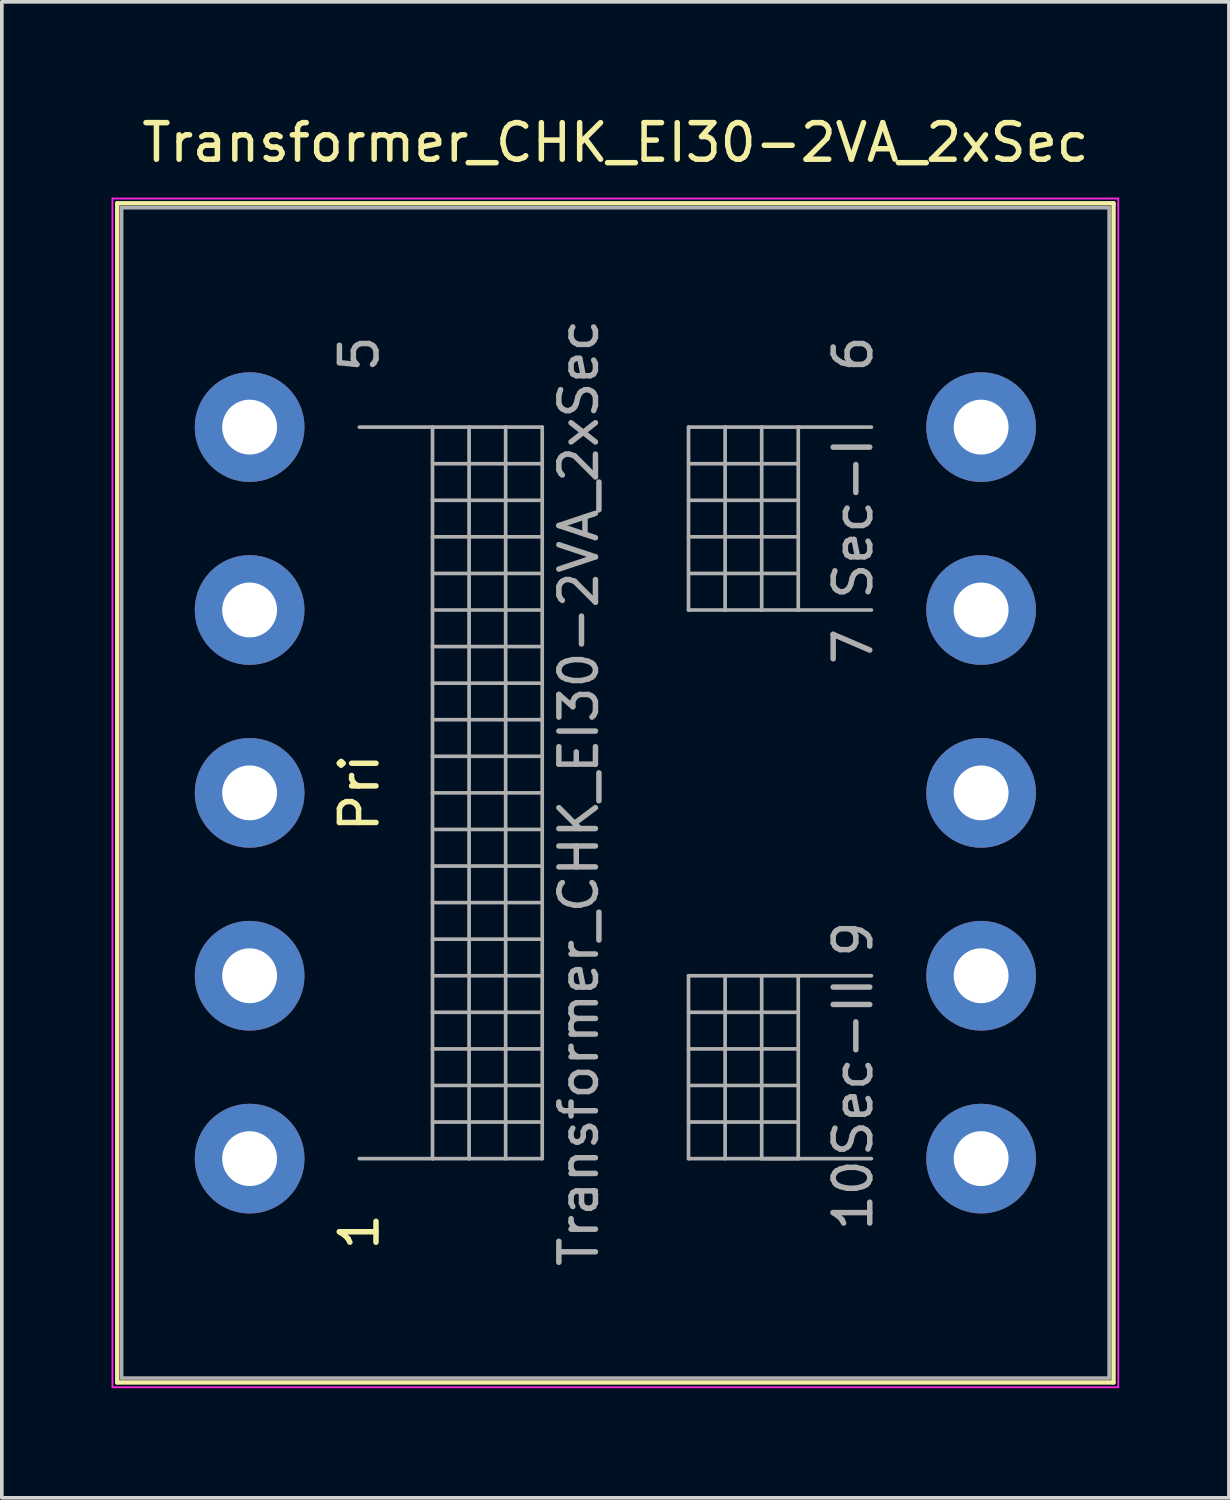
<source format=kicad_pcb>
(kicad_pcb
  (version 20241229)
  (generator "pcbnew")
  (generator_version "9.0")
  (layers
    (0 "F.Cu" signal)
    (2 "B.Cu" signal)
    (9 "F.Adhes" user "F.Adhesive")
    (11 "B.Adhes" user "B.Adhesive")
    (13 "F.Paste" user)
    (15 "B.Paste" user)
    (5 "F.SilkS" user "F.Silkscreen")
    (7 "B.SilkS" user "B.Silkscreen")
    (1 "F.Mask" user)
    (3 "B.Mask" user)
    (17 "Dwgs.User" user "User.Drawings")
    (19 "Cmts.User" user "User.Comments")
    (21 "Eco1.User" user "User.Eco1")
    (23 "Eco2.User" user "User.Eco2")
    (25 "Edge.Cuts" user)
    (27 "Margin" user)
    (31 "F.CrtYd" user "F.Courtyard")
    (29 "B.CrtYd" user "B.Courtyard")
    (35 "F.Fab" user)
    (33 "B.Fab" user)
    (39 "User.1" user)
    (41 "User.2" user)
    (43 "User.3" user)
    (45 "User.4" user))
  (footprint "Transformer_CHK_EI30-2VA_2xSec"
    (layer "F.Cu")
    (at 3.775 28.628)
    (property "Reference" "Transformer_CHK_EI30-2VA_2xSec" (at 10 -27.78 0) (layer "F.SilkS") (effects (font (size 1 1) (thickness 0.15))))
    (attr through_hole)
    (fp_line (start -3.62 -26.12) (end -3.62 6.12) (stroke (width 0.12) (type solid)) (layer "F.SilkS"))
    (fp_line (start -3.62 -26.12) (end 23.62 -26.12) (stroke (width 0.12) (type solid)) (layer "F.SilkS"))
    (fp_line (start 23.62 6.12) (end -3.62 6.12) (stroke (width 0.12) (type solid)) (layer "F.SilkS"))
    (fp_line (start 23.62 6.12) (end 23.62 -26.12) (stroke (width 0.12) (type solid)) (layer "F.SilkS"))
    (fp_line (start -3.75 -26.25) (end -3.75 6.25) (stroke (width 0.05) (type solid)) (layer "F.CrtYd"))
    (fp_line (start -3.75 -26.25) (end 23.75 -26.25) (stroke (width 0.05) (type solid)) (layer "F.CrtYd"))
    (fp_line (start 23.75 6.25) (end -3.75 6.25) (stroke (width 0.05) (type solid)) (layer "F.CrtYd"))
    (fp_line (start 23.75 6.25) (end 23.75 -26.25) (stroke (width 0.05) (type solid)) (layer "F.CrtYd"))
    (fp_line (start -3.5 -26) (end -3.5 6) (stroke (width 0.1) (type solid)) (layer "F.Fab"))
    (fp_line (start -3.5 6) (end 23.5 6) (stroke (width 0.1) (type solid)) (layer "F.Fab"))
    (fp_line (start 3 -20) (end 5 -20) (stroke (width 0.1) (type solid)) (layer "F.Fab"))
    (fp_line (start 5 -20) (end 5 0) (stroke (width 0.1) (type solid)) (layer "F.Fab"))
    (fp_line (start 5 -20) (end 6 -20) (stroke (width 0.1) (type solid)) (layer "F.Fab"))
    (fp_line (start 5 -19) (end 8 -19) (stroke (width 0.1) (type solid)) (layer "F.Fab"))
    (fp_line (start 5 -17) (end 8 -17) (stroke (width 0.1) (type solid)) (layer "F.Fab"))
    (fp_line (start 5 -15) (end 8 -15) (stroke (width 0.1) (type solid)) (layer "F.Fab"))
    (fp_line (start 5 -13) (end 8 -13) (stroke (width 0.1) (type solid)) (layer "F.Fab"))
    (fp_line (start 5 -11) (end 8 -11) (stroke (width 0.1) (type solid)) (layer "F.Fab"))
    (fp_line (start 5 -9) (end 8 -9) (stroke (width 0.1) (type solid)) (layer "F.Fab"))
    (fp_line (start 5 -7) (end 8 -7) (stroke (width 0.1) (type solid)) (layer "F.Fab"))
    (fp_line (start 5 -5) (end 8 -5) (stroke (width 0.1) (type solid)) (layer "F.Fab"))
    (fp_line (start 5 -3) (end 8 -3) (stroke (width 0.1) (type solid)) (layer "F.Fab"))
    (fp_line (start 5 -1) (end 8 -1) (stroke (width 0.1) (type solid)) (layer "F.Fab"))
    (fp_line (start 5 0) (end 3 0) (stroke (width 0.1) (type solid)) (layer "F.Fab"))
    (fp_line (start 6 -20) (end 6 0) (stroke (width 0.1) (type solid)) (layer "F.Fab"))
    (fp_line (start 6 -20) (end 7 -20) (stroke (width 0.1) (type solid)) (layer "F.Fab"))
    (fp_line (start 6 0) (end 5 0) (stroke (width 0.1) (type solid)) (layer "F.Fab"))
    (fp_line (start 7 -20) (end 7 0) (stroke (width 0.1) (type solid)) (layer "F.Fab"))
    (fp_line (start 7 -20) (end 8 -20) (stroke (width 0.1) (type solid)) (layer "F.Fab"))
    (fp_line (start 7 0) (end 6 0) (stroke (width 0.1) (type solid)) (layer "F.Fab"))
    (fp_line (start 8 -20) (end 8 0) (stroke (width 0.1) (type solid)) (layer "F.Fab"))
    (fp_line (start 8 -18) (end 5 -18) (stroke (width 0.1) (type solid)) (layer "F.Fab"))
    (fp_line (start 8 -16) (end 5 -16) (stroke (width 0.1) (type solid)) (layer "F.Fab"))
    (fp_line (start 8 -14) (end 5 -14) (stroke (width 0.1) (type solid)) (layer "F.Fab"))
    (fp_line (start 8 -12) (end 5 -12) (stroke (width 0.1) (type solid)) (layer "F.Fab"))
    (fp_line (start 8 -10) (end 5 -10) (stroke (width 0.1) (type solid)) (layer "F.Fab"))
    (fp_line (start 8 -8) (end 5 -8) (stroke (width 0.1) (type solid)) (layer "F.Fab"))
    (fp_line (start 8 -6) (end 5 -6) (stroke (width 0.1) (type solid)) (layer "F.Fab"))
    (fp_line (start 8 -4) (end 5 -4) (stroke (width 0.1) (type solid)) (layer "F.Fab"))
    (fp_line (start 8 -2) (end 5 -2) (stroke (width 0.1) (type solid)) (layer "F.Fab"))
    (fp_line (start 8 0) (end 7 0) (stroke (width 0.1) (type solid)) (layer "F.Fab"))
    (fp_line (start 12 -20) (end 12 -15) (stroke (width 0.1) (type solid)) (layer "F.Fab"))
    (fp_line (start 12 -19) (end 15 -19) (stroke (width 0.1) (type solid)) (layer "F.Fab"))
    (fp_line (start 12 -17) (end 15 -17) (stroke (width 0.1) (type solid)) (layer "F.Fab"))
    (fp_line (start 12 -15) (end 13 -15) (stroke (width 0.1) (type solid)) (layer "F.Fab"))
    (fp_line (start 12 -5) (end 12 0) (stroke (width 0.1) (type solid)) (layer "F.Fab"))
    (fp_line (start 12 -4) (end 15 -4) (stroke (width 0.1) (type solid)) (layer "F.Fab"))
    (fp_line (start 12 -2) (end 15 -2) (stroke (width 0.1) (type solid)) (layer "F.Fab"))
    (fp_line (start 12 0) (end 17 0) (stroke (width 0.1) (type solid)) (layer "F.Fab"))
    (fp_line (start 13 -20) (end 12 -20) (stroke (width 0.1) (type solid)) (layer "F.Fab"))
    (fp_line (start 13 -20) (end 13 -15) (stroke (width 0.1) (type solid)) (layer "F.Fab"))
    (fp_line (start 13 -15) (end 14 -15) (stroke (width 0.1) (type solid)) (layer "F.Fab"))
    (fp_line (start 13 -5) (end 13 0) (stroke (width 0.1) (type solid)) (layer "F.Fab"))
    (fp_line (start 14 -20) (end 13 -20) (stroke (width 0.1) (type solid)) (layer "F.Fab"))
    (fp_line (start 14 -20) (end 14 -15) (stroke (width 0.1) (type solid)) (layer "F.Fab"))
    (fp_line (start 14 -15) (end 15 -15) (stroke (width 0.1) (type solid)) (layer "F.Fab"))
    (fp_line (start 14 0) (end 14 -5) (stroke (width 0.1) (type solid)) (layer "F.Fab"))
    (fp_line (start 15 -20) (end 14 -20) (stroke (width 0.1) (type solid)) (layer "F.Fab"))
    (fp_line (start 15 -20) (end 15 -15) (stroke (width 0.1) (type solid)) (layer "F.Fab"))
    (fp_line (start 15 -18) (end 12 -18) (stroke (width 0.1) (type solid)) (layer "F.Fab"))
    (fp_line (start 15 -16) (end 12 -16) (stroke (width 0.1) (type solid)) (layer "F.Fab"))
    (fp_line (start 15 -15) (end 17 -15) (stroke (width 0.1) (type solid)) (layer "F.Fab"))
    (fp_line (start 15 -5) (end 15 0) (stroke (width 0.1) (type solid)) (layer "F.Fab"))
    (fp_line (start 15 -3) (end 12 -3) (stroke (width 0.1) (type solid)) (layer "F.Fab"))
    (fp_line (start 15 -1) (end 12 -1) (stroke (width 0.1) (type solid)) (layer "F.Fab"))
    (fp_line (start 15 0) (end 14 0) (stroke (width 0.1) (type solid)) (layer "F.Fab"))
    (fp_line (start 17 -20) (end 15 -20) (stroke (width 0.1) (type solid)) (layer "F.Fab"))
    (fp_line (start 17 -5) (end 12 -5) (stroke (width 0.1) (type solid)) (layer "F.Fab"))
    (fp_line (start 23.5 -26) (end -3.5 -26) (stroke (width 0.1) (type solid)) (layer "F.Fab"))
    (fp_line (start 23.5 6) (end 23.5 -26) (stroke (width 0.1) (type solid)) (layer "F.Fab"))
    (fp_text user "1" (at 3 2 270) (layer "F.SilkS") (effects (font (size 1 1) (thickness 0.15))))
    (fp_text user "Pri" (at 3 -10 270) (layer "F.SilkS") (effects (font (size 1 1) (thickness 0.15))))
    (fp_text user "Sec-II" (at 16.5 -2.5 270) (layer "F.Fab") (effects (font (size 1 1) (thickness 0.15))))
    (fp_text user "7" (at 16.5 -14 270) (layer "F.Fab") (effects (font (size 1 1) (thickness 0.15))))
    (fp_text user "9" (at 16.5 -6 270) (layer "F.Fab") (effects (font (size 1 1) (thickness 0.15))))
    (fp_text user "${REFERENCE}" (at 9 -10 270) (layer "F.Fab") (effects (font (size 1 1) (thickness 0.15))))
    (fp_text user "5" (at 3 -22 270) (layer "F.Fab") (effects (font (size 1 1) (thickness 0.15))))
    (fp_text user "10" (at 16.5 1 270) (layer "F.Fab") (effects (font (size 1 1) (thickness 0.15))))
    (fp_text user "6" (at 16.5 -22 270) (layer "F.Fab") (effects (font (size 1 1) (thickness 0.15))))
    (fp_text user "Sec-I" (at 16.5 -17.5 270) (layer "F.Fab") (effects (font (size 1 1) (thickness 0.15))))
    (pad "1" thru_hole circle (at 0 0) (size 3 3) (drill 1.5) (layers "*.Cu" "*.Mask"))
    (pad "2" thru_hole circle (at 0 -5) (size 3 3) (drill 1.5) (layers "*.Cu" "*.Mask"))
    (pad "3" thru_hole circle (at 0 -10) (size 3 3) (drill 1.5) (layers "*.Cu" "*.Mask"))
    (pad "4" thru_hole circle (at 0 -15) (size 3 3) (drill 1.5) (layers "*.Cu" "*.Mask"))
    (pad "5" thru_hole circle (at 0 -20) (size 3 3) (drill 1.5) (layers "*.Cu" "*.Mask"))
    (pad "6" thru_hole circle (at 20 -20) (size 3 3) (drill 1.5) (layers "*.Cu" "*.Mask"))
    (pad "7" thru_hole circle (at 20 -15) (size 3 3) (drill 1.5) (layers "*.Cu" "*.Mask"))
    (pad "8" thru_hole circle (at 20 -10) (size 3 3) (drill 1.5) (layers "*.Cu" "*.Mask"))
    (pad "9" thru_hole circle (at 20 -5) (size 3 3) (drill 1.5) (layers "*.Cu" "*.Mask"))
    (pad "10" thru_hole circle (at 20 0) (size 3 3) (drill 1.5) (layers "*.Cu" "*.Mask")))
  (gr_rect
    (start -3 -3)
    (end 30.55 37.903)
    (stroke (width 0.1) (type default))
    (fill no)
    (layer "Edge.Cuts")))
</source>
